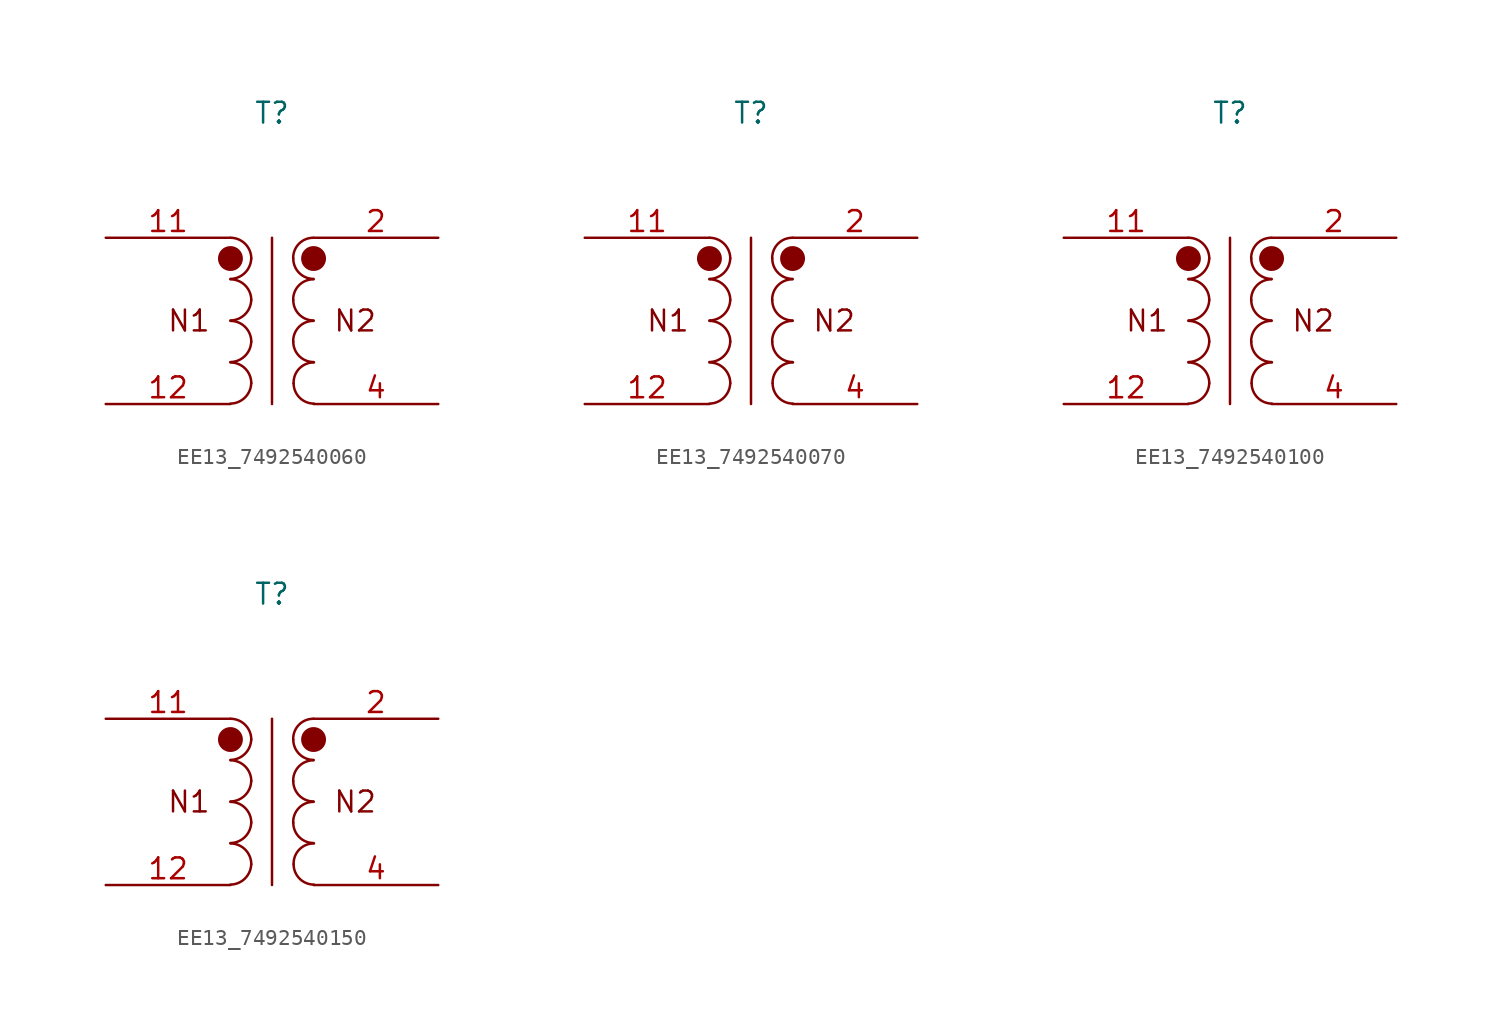
<source format=kicad_sym>
(kicad_symbol_lib
  (version 20220914)
  (generator kicad_symbol_editor)
  (symbol "EE13_7492540060"
    (pin_names hide)
    (property "Reference" "T"
      (at 0 12.7 0)
      (effects (font (size 1.27 1.27))))
    (property "Critical Parameter" ""
      (at 0 -5.08 0)
      (effects (font (size 1.27 1.27))))
    (symbol "EE13_7492540060_0_1"
      (arc (start -2.54 -5.0546) (mid -1.6599 -4.6901) (end -1.27 -3.81) (stroke (width 0) (type default)) (fill (type none)))
      (arc (start -2.54 -2.5146) (mid -1.6599 -2.1501) (end -1.27 -1.27) (stroke (width 0) (type default)) (fill (type none)))
      (arc (start -2.54 0.0254) (mid -1.6599 0.3899) (end -1.27 1.27) (stroke (width 0) (type default)) (fill (type none)))
      (arc (start -2.54 2.5654) (mid -1.6599 2.9299) (end -1.27 3.81) (stroke (width 0) (type default)) (fill (type none)))
      (arc (start -1.27 -3.81) (mid -1.642 -2.912) (end -2.54 -2.54) (stroke (width 0) (type default)) (fill (type none)))
      (arc (start -1.27 -1.27) (mid -1.642 -0.372) (end -2.54 0) (stroke (width 0) (type default)) (fill (type none)))
      (arc (start -1.27 1.27) (mid -1.642 2.168) (end -2.54 2.54) (stroke (width 0) (type default)) (fill (type none)))
      (arc (start -1.27 3.81) (mid -1.642 4.708) (end -2.54 5.08) (stroke (width 0) (type default)) (fill (type none)))
      (polyline (pts (xy 0 5.08) (xy 0 -5.08)) (stroke (width 0) (type default)) (fill (type none)))
      (arc (start 1.2954 -1.27) (mid 1.6599 -2.1501) (end 2.54 -2.5146) (stroke (width 0) (type default)) (fill (type none)))
      (arc (start 1.2954 1.27) (mid 1.6599 0.3899) (end 2.54 0.0254) (stroke (width 0) (type default)) (fill (type none)))
      (arc (start 1.2954 3.81) (mid 1.6599 2.9299) (end 2.54 2.5654) (stroke (width 0) (type default)) (fill (type none)))
      (arc (start 1.3208 -3.81) (mid 1.6853 -4.6901) (end 2.5654 -5.0546) (stroke (width 0) (type default)) (fill (type none)))
      (arc (start 2.54 0) (mid 1.642 -0.372) (end 1.2954 -1.27) (stroke (width 0) (type default)) (fill (type none)))
      (arc (start 2.54 2.54) (mid 1.642 2.168) (end 1.2954 1.27) (stroke (width 0) (type default)) (fill (type none)))
      (arc (start 2.54 5.08) (mid 1.642 4.708) (end 1.2954 3.81) (stroke (width 0) (type default)) (fill (type none)))
      (arc (start 2.5654 -2.54) (mid 1.6674 -2.912) (end 1.3208 -3.81) (stroke (width 0) (type default)) (fill (type none))))
    (symbol "EE13_7492540060_1_1"
      (circle (center -2.54 3.81) (radius 0.0001) (stroke (width 0.762) (type default)) (fill (type none)))
      (circle (center 2.54 3.81) (radius 0.0001) (stroke (width 0.762) (type default)) (fill (type none)))
      (text "N1" (at -5.08 0 0) (effects (font (size 1.27 1.27))))
      (text "N2" (at 5.08 0 0) (effects (font (size 1.27 1.27))))
      (pin passive line (at -10.16 5.08 0) (length 7.62) (name "11" (effects (font (size 1.27 1.27)))) (number "11" (effects (font (size 1.27 1.27)))))
      (pin passive line (at -10.16 -5.08 0) (length 7.62) (name "12" (effects (font (size 1.27 1.27)))) (number "12" (effects (font (size 1.27 1.27)))))
      (pin passive line (at 10.16 -5.08 180) (length 7.62) (name "4" (effects (font (size 1.27 1.27)))) (number "4" (effects (font (size 1.27 1.27)))))
      (pin passive line (at 10.16 5.08 180) (length 7.62) (name "2" (effects (font (size 1.27 1.27)))) (number "2" (effects (font (size 1.27 1.27)))))))
  (symbol "EE13_7492540070"
    (pin_names hide)
    (property "Reference" "T"
      (at 0 12.7 0)
      (effects (font (size 1.27 1.27))))
    (property "Critical Parameter" ""
      (at 0 -5.08 0)
      (effects (font (size 1.27 1.27))))
    (symbol "EE13_7492540070_0_1"
      (arc (start -2.54 -5.0546) (mid -1.6599 -4.6901) (end -1.27 -3.81) (stroke (width 0) (type default)) (fill (type none)))
      (arc (start -2.54 -2.5146) (mid -1.6599 -2.1501) (end -1.27 -1.27) (stroke (width 0) (type default)) (fill (type none)))
      (arc (start -2.54 0.0254) (mid -1.6599 0.3899) (end -1.27 1.27) (stroke (width 0) (type default)) (fill (type none)))
      (arc (start -2.54 2.5654) (mid -1.6599 2.9299) (end -1.27 3.81) (stroke (width 0) (type default)) (fill (type none)))
      (arc (start -1.27 -3.81) (mid -1.642 -2.912) (end -2.54 -2.54) (stroke (width 0) (type default)) (fill (type none)))
      (arc (start -1.27 -1.27) (mid -1.642 -0.372) (end -2.54 0) (stroke (width 0) (type default)) (fill (type none)))
      (arc (start -1.27 1.27) (mid -1.642 2.168) (end -2.54 2.54) (stroke (width 0) (type default)) (fill (type none)))
      (arc (start -1.27 3.81) (mid -1.642 4.708) (end -2.54 5.08) (stroke (width 0) (type default)) (fill (type none)))
      (polyline (pts (xy 0 5.08) (xy 0 -5.08)) (stroke (width 0) (type default)) (fill (type none)))
      (arc (start 1.2954 -1.27) (mid 1.6599 -2.1501) (end 2.54 -2.5146) (stroke (width 0) (type default)) (fill (type none)))
      (arc (start 1.2954 1.27) (mid 1.6599 0.3899) (end 2.54 0.0254) (stroke (width 0) (type default)) (fill (type none)))
      (arc (start 1.2954 3.81) (mid 1.6599 2.9299) (end 2.54 2.5654) (stroke (width 0) (type default)) (fill (type none)))
      (arc (start 1.3208 -3.81) (mid 1.6853 -4.6901) (end 2.5654 -5.0546) (stroke (width 0) (type default)) (fill (type none)))
      (arc (start 2.54 0) (mid 1.642 -0.372) (end 1.2954 -1.27) (stroke (width 0) (type default)) (fill (type none)))
      (arc (start 2.54 2.54) (mid 1.642 2.168) (end 1.2954 1.27) (stroke (width 0) (type default)) (fill (type none)))
      (arc (start 2.54 5.08) (mid 1.642 4.708) (end 1.2954 3.81) (stroke (width 0) (type default)) (fill (type none)))
      (arc (start 2.5654 -2.54) (mid 1.6674 -2.912) (end 1.3208 -3.81) (stroke (width 0) (type default)) (fill (type none))))
    (symbol "EE13_7492540070_1_1"
      (circle (center -2.54 3.81) (radius 0.0001) (stroke (width 0.762) (type default)) (fill (type none)))
      (circle (center 2.54 3.81) (radius 0.0001) (stroke (width 0.762) (type default)) (fill (type none)))
      (text "N1" (at -5.08 0 0) (effects (font (size 1.27 1.27))))
      (text "N2" (at 5.08 0 0) (effects (font (size 1.27 1.27))))
      (pin passive line (at -10.16 5.08 0) (length 7.62) (name "11" (effects (font (size 1.27 1.27)))) (number "11" (effects (font (size 1.27 1.27)))))
      (pin passive line (at -10.16 -5.08 0) (length 7.62) (name "12" (effects (font (size 1.27 1.27)))) (number "12" (effects (font (size 1.27 1.27)))))
      (pin passive line (at 10.16 -5.08 180) (length 7.62) (name "4" (effects (font (size 1.27 1.27)))) (number "4" (effects (font (size 1.27 1.27)))))
      (pin passive line (at 10.16 5.08 180) (length 7.62) (name "2" (effects (font (size 1.27 1.27)))) (number "2" (effects (font (size 1.27 1.27)))))))
  (symbol "EE13_7492540100"
    (pin_names hide)
    (property "Reference" "T"
      (at 0 12.7 0)
      (effects (font (size 1.27 1.27))))
    (property "Critical Parameter" ""
      (at 0 -5.08 0)
      (effects (font (size 1.27 1.27))))
    (symbol "EE13_7492540100_0_1"
      (arc (start -2.54 -5.0546) (mid -1.6599 -4.6901) (end -1.27 -3.81) (stroke (width 0) (type default)) (fill (type none)))
      (arc (start -2.54 -2.5146) (mid -1.6599 -2.1501) (end -1.27 -1.27) (stroke (width 0) (type default)) (fill (type none)))
      (arc (start -2.54 0.0254) (mid -1.6599 0.3899) (end -1.27 1.27) (stroke (width 0) (type default)) (fill (type none)))
      (arc (start -2.54 2.5654) (mid -1.6599 2.9299) (end -1.27 3.81) (stroke (width 0) (type default)) (fill (type none)))
      (arc (start -1.27 -3.81) (mid -1.642 -2.912) (end -2.54 -2.54) (stroke (width 0) (type default)) (fill (type none)))
      (arc (start -1.27 -1.27) (mid -1.642 -0.372) (end -2.54 0) (stroke (width 0) (type default)) (fill (type none)))
      (arc (start -1.27 1.27) (mid -1.642 2.168) (end -2.54 2.54) (stroke (width 0) (type default)) (fill (type none)))
      (arc (start -1.27 3.81) (mid -1.642 4.708) (end -2.54 5.08) (stroke (width 0) (type default)) (fill (type none)))
      (polyline (pts (xy 0 5.08) (xy 0 -5.08)) (stroke (width 0) (type default)) (fill (type none)))
      (arc (start 1.2954 -1.27) (mid 1.6599 -2.1501) (end 2.54 -2.5146) (stroke (width 0) (type default)) (fill (type none)))
      (arc (start 1.2954 1.27) (mid 1.6599 0.3899) (end 2.54 0.0254) (stroke (width 0) (type default)) (fill (type none)))
      (arc (start 1.2954 3.81) (mid 1.6599 2.9299) (end 2.54 2.5654) (stroke (width 0) (type default)) (fill (type none)))
      (arc (start 1.3208 -3.81) (mid 1.6853 -4.6901) (end 2.5654 -5.0546) (stroke (width 0) (type default)) (fill (type none)))
      (arc (start 2.54 0) (mid 1.642 -0.372) (end 1.2954 -1.27) (stroke (width 0) (type default)) (fill (type none)))
      (arc (start 2.54 2.54) (mid 1.642 2.168) (end 1.2954 1.27) (stroke (width 0) (type default)) (fill (type none)))
      (arc (start 2.54 5.08) (mid 1.642 4.708) (end 1.2954 3.81) (stroke (width 0) (type default)) (fill (type none)))
      (arc (start 2.5654 -2.54) (mid 1.6674 -2.912) (end 1.3208 -3.81) (stroke (width 0) (type default)) (fill (type none))))
    (symbol "EE13_7492540100_1_1"
      (circle (center -2.54 3.81) (radius 0.0001) (stroke (width 0.762) (type default)) (fill (type none)))
      (circle (center 2.54 3.81) (radius 0.0001) (stroke (width 0.762) (type default)) (fill (type none)))
      (text "N1" (at -5.08 0 0) (effects (font (size 1.27 1.27))))
      (text "N2" (at 5.08 0 0) (effects (font (size 1.27 1.27))))
      (pin passive line (at -10.16 5.08 0) (length 7.62) (name "11" (effects (font (size 1.27 1.27)))) (number "11" (effects (font (size 1.27 1.27)))))
      (pin passive line (at -10.16 -5.08 0) (length 7.62) (name "12" (effects (font (size 1.27 1.27)))) (number "12" (effects (font (size 1.27 1.27)))))
      (pin passive line (at 10.16 -5.08 180) (length 7.62) (name "4" (effects (font (size 1.27 1.27)))) (number "4" (effects (font (size 1.27 1.27)))))
      (pin passive line (at 10.16 5.08 180) (length 7.62) (name "2" (effects (font (size 1.27 1.27)))) (number "2" (effects (font (size 1.27 1.27)))))))
  (symbol "EE13_7492540150"
    (pin_names hide)
    (property "Reference" "T"
      (at 0 12.7 0)
      (effects (font (size 1.27 1.27))))
    (property "Critical Parameter" ""
      (at 0 -5.08 0)
      (effects (font (size 1.27 1.27))))
    (symbol "EE13_7492540150_0_1"
      (arc (start -2.54 -5.0546) (mid -1.6599 -4.6901) (end -1.27 -3.81) (stroke (width 0) (type default)) (fill (type none)))
      (arc (start -2.54 -2.5146) (mid -1.6599 -2.1501) (end -1.27 -1.27) (stroke (width 0) (type default)) (fill (type none)))
      (arc (start -2.54 0.0254) (mid -1.6599 0.3899) (end -1.27 1.27) (stroke (width 0) (type default)) (fill (type none)))
      (arc (start -2.54 2.5654) (mid -1.6599 2.9299) (end -1.27 3.81) (stroke (width 0) (type default)) (fill (type none)))
      (arc (start -1.27 -3.81) (mid -1.642 -2.912) (end -2.54 -2.54) (stroke (width 0) (type default)) (fill (type none)))
      (arc (start -1.27 -1.27) (mid -1.642 -0.372) (end -2.54 0) (stroke (width 0) (type default)) (fill (type none)))
      (arc (start -1.27 1.27) (mid -1.642 2.168) (end -2.54 2.54) (stroke (width 0) (type default)) (fill (type none)))
      (arc (start -1.27 3.81) (mid -1.642 4.708) (end -2.54 5.08) (stroke (width 0) (type default)) (fill (type none)))
      (polyline (pts (xy 0 5.08) (xy 0 -5.08)) (stroke (width 0) (type default)) (fill (type none)))
      (arc (start 1.2954 -1.27) (mid 1.6599 -2.1501) (end 2.54 -2.5146) (stroke (width 0) (type default)) (fill (type none)))
      (arc (start 1.2954 1.27) (mid 1.6599 0.3899) (end 2.54 0.0254) (stroke (width 0) (type default)) (fill (type none)))
      (arc (start 1.2954 3.81) (mid 1.6599 2.9299) (end 2.54 2.5654) (stroke (width 0) (type default)) (fill (type none)))
      (arc (start 1.3208 -3.81) (mid 1.6853 -4.6901) (end 2.5654 -5.0546) (stroke (width 0) (type default)) (fill (type none)))
      (arc (start 2.54 0) (mid 1.642 -0.372) (end 1.2954 -1.27) (stroke (width 0) (type default)) (fill (type none)))
      (arc (start 2.54 2.54) (mid 1.642 2.168) (end 1.2954 1.27) (stroke (width 0) (type default)) (fill (type none)))
      (arc (start 2.54 5.08) (mid 1.642 4.708) (end 1.2954 3.81) (stroke (width 0) (type default)) (fill (type none)))
      (arc (start 2.5654 -2.54) (mid 1.6674 -2.912) (end 1.3208 -3.81) (stroke (width 0) (type default)) (fill (type none))))
    (symbol "EE13_7492540150_1_1"
      (circle (center -2.54 3.81) (radius 0.0001) (stroke (width 0.762) (type default)) (fill (type none)))
      (circle (center 2.54 3.81) (radius 0.0001) (stroke (width 0.762) (type default)) (fill (type none)))
      (text "N1" (at -5.08 0 0) (effects (font (size 1.27 1.27))))
      (text "N2" (at 5.08 0 0) (effects (font (size 1.27 1.27))))
      (pin passive line (at -10.16 5.08 0) (length 7.62) (name "11" (effects (font (size 1.27 1.27)))) (number "11" (effects (font (size 1.27 1.27)))))
      (pin passive line (at -10.16 -5.08 0) (length 7.62) (name "12" (effects (font (size 1.27 1.27)))) (number "12" (effects (font (size 1.27 1.27)))))
      (pin passive line (at 10.16 -5.08 180) (length 7.62) (name "4" (effects (font (size 1.27 1.27)))) (number "4" (effects (font (size 1.27 1.27)))))
      (pin passive line (at 10.16 5.08 180) (length 7.62) (name "2" (effects (font (size 1.27 1.27)))) (number "2" (effects (font (size 1.27 1.27))))))))
</source>
